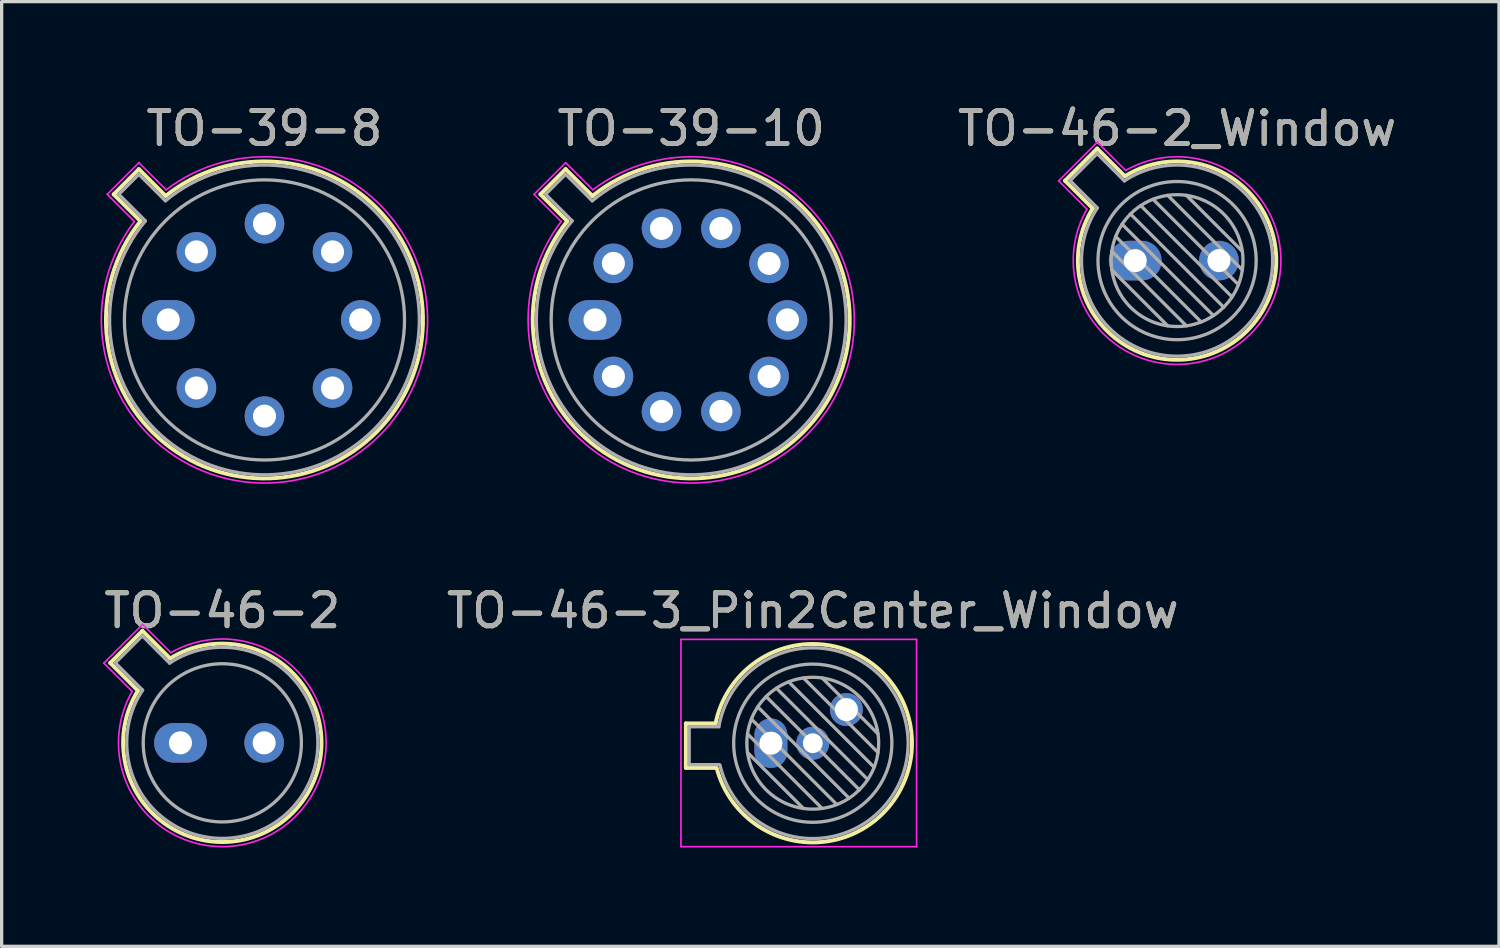
<source format=kicad_pcb>
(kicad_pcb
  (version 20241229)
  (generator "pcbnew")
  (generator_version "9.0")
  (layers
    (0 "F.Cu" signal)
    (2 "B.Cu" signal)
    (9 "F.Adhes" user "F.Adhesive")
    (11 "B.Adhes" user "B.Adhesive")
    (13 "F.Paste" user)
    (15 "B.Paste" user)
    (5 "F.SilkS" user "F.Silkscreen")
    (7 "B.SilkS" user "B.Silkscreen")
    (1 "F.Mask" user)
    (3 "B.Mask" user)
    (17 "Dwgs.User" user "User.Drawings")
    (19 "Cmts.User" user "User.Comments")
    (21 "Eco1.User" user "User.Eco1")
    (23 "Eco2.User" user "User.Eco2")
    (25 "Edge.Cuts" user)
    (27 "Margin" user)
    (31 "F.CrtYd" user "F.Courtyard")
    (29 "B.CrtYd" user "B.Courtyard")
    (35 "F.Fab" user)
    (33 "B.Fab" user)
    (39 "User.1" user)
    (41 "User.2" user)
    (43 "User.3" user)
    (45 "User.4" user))
  (footprint "TO-39-8"
    (layer "F.Cu")
    (at 2.055 6.658)
    (property "Reference" "TO-39-8" (at 2.92 -5.81 0) (layer "F.SilkS") (effects (font (size 1 1) (thickness 0.15))))
    (attr through_hole)
    (fp_line (start -1.655 -3.811) (end -0.842 -2.998) (stroke (width 0.12) (type solid)) (layer "F.SilkS"))
    (fp_line (start -0.891 -4.575) (end -1.655 -3.811) (stroke (width 0.12) (type solid)) (layer "F.SilkS"))
    (fp_line (start -0.078 -3.762) (end -0.891 -4.575) (stroke (width 0.12) (type solid)) (layer "F.SilkS"))
    (fp_arc (start -0.077844 -3.76152) (mid 6.321184 3.401184) (end -0.84152 -2.997844) (stroke (width 0.12) (type solid)) (layer "F.SilkS"))
    (fp_line (start -1.851 -3.81) (end -1.028 -2.986) (stroke (width 0.05) (type solid)) (layer "F.CrtYd"))
    (fp_line (start -0.89 -4.771) (end -1.851 -3.81) (stroke (width 0.05) (type solid)) (layer "F.CrtYd"))
    (fp_line (start -0.066 -3.948) (end -0.89 -4.771) (stroke (width 0.05) (type solid)) (layer "F.CrtYd"))
    (fp_arc (start -0.066162 -3.947827) (mid 6.420179 3.500179) (end -1.027827 -2.986162) (stroke (width 0.05) (type solid)) (layer "F.CrtYd"))
    (fp_line (start -1.5 -3.812) (end -0.694 -3.005) (stroke (width 0.1) (type solid)) (layer "F.Fab"))
    (fp_line (start -0.892 -4.42) (end -1.5 -3.812) (stroke (width 0.1) (type solid)) (layer "F.Fab"))
    (fp_line (start -0.085 -3.614) (end -0.892 -4.42) (stroke (width 0.1) (type solid)) (layer "F.Fab"))
    (fp_arc (start -0.085408 -3.61352) (mid 6.243402 3.323402) (end -0.69352 -3.005408) (stroke (width 0.1) (type solid)) (layer "F.Fab"))
    (fp_circle (center 2.92 0) (end 7.17 0) (stroke (width 0.1) (type solid)) (fill no) (layer "F.Fab"))
    (fp_text user "${REFERENCE}" (at 2.92 -5.81 0) (layer "F.Fab") (effects (font (size 1 1) (thickness 0.15))))
    (pad "1" thru_hole oval (at 0 0) (size 1.6 1.2) (drill 0.7) (layers "*.Cu" "*.Mask"))
    (pad "2" thru_hole circle (at 0.855 2.065) (size 1.2 1.2) (drill 0.7) (layers "*.Cu" "*.Mask"))
    (pad "3" thru_hole circle (at 2.92 2.92) (size 1.2 1.2) (drill 0.7) (layers "*.Cu" "*.Mask"))
    (pad "4" thru_hole circle (at 4.985 2.065) (size 1.2 1.2) (drill 0.7) (layers "*.Cu" "*.Mask"))
    (pad "5" thru_hole circle (at 5.84 0) (size 1.2 1.2) (drill 0.7) (layers "*.Cu" "*.Mask"))
    (pad "6" thru_hole circle (at 4.985 -2.065) (size 1.2 1.2) (drill 0.7) (layers "*.Cu" "*.Mask"))
    (pad "7" thru_hole circle (at 2.92 -2.92) (size 1.2 1.2) (drill 0.7) (layers "*.Cu" "*.Mask"))
    (pad "8" thru_hole circle (at 0.855 -2.065) (size 1.2 1.2) (drill 0.7) (layers "*.Cu" "*.Mask")))
  (footprint "TO-46-2"
    (layer "F.Cu")
    (at 2.426 19.491)
    (property "Reference" "TO-46-2" (at 1.27 -4.01 0) (layer "F.SilkS") (effects (font (size 1 1) (thickness 0.15))))
    (attr through_hole)
    (fp_line (start -2.13 -2.424) (end -1.29 -1.584) (stroke (width 0.12) (type solid)) (layer "F.SilkS"))
    (fp_line (start -1.154 -3.4) (end -2.13 -2.424) (stroke (width 0.12) (type solid)) (layer "F.SilkS"))
    (fp_line (start -0.314 -2.56) (end -1.154 -3.4) (stroke (width 0.12) (type solid)) (layer "F.SilkS"))
    (fp_arc (start -0.313811 -2.559618) (mid 3.398391 2.128391) (end -1.289618 -1.583811) (stroke (width 0.12) (type solid)) (layer "F.SilkS"))
    (fp_line (start -2.324 -2.42) (end -1.466 -1.562) (stroke (width 0.05) (type solid)) (layer "F.CrtYd"))
    (fp_line (start -1.15 -3.594) (end -2.324 -2.42) (stroke (width 0.05) (type solid)) (layer "F.CrtYd"))
    (fp_line (start -0.292 -2.736) (end -1.15 -3.594) (stroke (width 0.05) (type solid)) (layer "F.CrtYd"))
    (fp_arc (start -0.291775 -2.735573) (mid 3.497386 2.227386) (end -1.465573 -1.561775) (stroke (width 0.05) (type solid)) (layer "F.CrtYd"))
    (fp_line (start -1.977 -2.426) (end -1.149 -1.599) (stroke (width 0.1) (type solid)) (layer "F.Fab"))
    (fp_line (start -1.156 -3.247) (end -1.977 -2.426) (stroke (width 0.1) (type solid)) (layer "F.Fab"))
    (fp_line (start -0.329 -2.419) (end -1.156 -3.247) (stroke (width 0.1) (type solid)) (layer "F.Fab"))
    (fp_arc (start -0.329057 -2.419301) (mid 3.32061 2.05061) (end -1.149301 -1.599057) (stroke (width 0.1) (type solid)) (layer "F.Fab"))
    (fp_circle (center 1.27 0) (end 3.67 0) (stroke (width 0.1) (type solid)) (fill no) (layer "F.Fab"))
    (fp_text user "${REFERENCE}" (at 1.27 -4.01 0) (layer "F.Fab") (effects (font (size 1 1) (thickness 0.15))))
    (pad "1" thru_hole oval (at 0 0) (size 1.6 1.2) (drill 0.7) (layers "*.Cu" "*.Mask"))
    (pad "2" thru_hole circle (at 2.54 0) (size 1.2 1.2) (drill 0.7) (layers "*.Cu" "*.Mask")))
  (footprint "TO-39-10"
    (layer "F.Cu")
    (at 15.005 6.658)
    (property "Reference" "TO-39-10" (at 2.92 -5.81 0) (layer "F.SilkS") (effects (font (size 1 1) (thickness 0.15))))
    (attr through_hole)
    (fp_line (start -1.655 -3.811) (end -0.842 -2.998) (stroke (width 0.12) (type solid)) (layer "F.SilkS"))
    (fp_line (start -0.891 -4.575) (end -1.655 -3.811) (stroke (width 0.12) (type solid)) (layer "F.SilkS"))
    (fp_line (start -0.078 -3.762) (end -0.891 -4.575) (stroke (width 0.12) (type solid)) (layer "F.SilkS"))
    (fp_arc (start -0.077844 -3.76152) (mid 6.321184 3.401184) (end -0.84152 -2.997844) (stroke (width 0.12) (type solid)) (layer "F.SilkS"))
    (fp_line (start -1.851 -3.81) (end -1.028 -2.986) (stroke (width 0.05) (type solid)) (layer "F.CrtYd"))
    (fp_line (start -0.89 -4.771) (end -1.851 -3.81) (stroke (width 0.05) (type solid)) (layer "F.CrtYd"))
    (fp_line (start -0.066 -3.948) (end -0.89 -4.771) (stroke (width 0.05) (type solid)) (layer "F.CrtYd"))
    (fp_arc (start -0.066162 -3.947827) (mid 6.420179 3.500179) (end -1.027827 -2.986162) (stroke (width 0.05) (type solid)) (layer "F.CrtYd"))
    (fp_line (start -1.5 -3.812) (end -0.694 -3.005) (stroke (width 0.1) (type solid)) (layer "F.Fab"))
    (fp_line (start -0.892 -4.42) (end -1.5 -3.812) (stroke (width 0.1) (type solid)) (layer "F.Fab"))
    (fp_line (start -0.085 -3.614) (end -0.892 -4.42) (stroke (width 0.1) (type solid)) (layer "F.Fab"))
    (fp_arc (start -0.085408 -3.61352) (mid 6.243402 3.323402) (end -0.69352 -3.005408) (stroke (width 0.1) (type solid)) (layer "F.Fab"))
    (fp_circle (center 2.92 0) (end 7.17 0) (stroke (width 0.1) (type solid)) (fill no) (layer "F.Fab"))
    (fp_text user "${REFERENCE}" (at 2.92 -5.81 0) (layer "F.Fab") (effects (font (size 1 1) (thickness 0.15))))
    (pad "1" thru_hole oval (at 0 0) (size 1.6 1.2) (drill 0.7) (layers "*.Cu" "*.Mask"))
    (pad "2" thru_hole circle (at 0.558 1.716) (size 1.2 1.2) (drill 0.7) (layers "*.Cu" "*.Mask"))
    (pad "3" thru_hole circle (at 2.018 2.777) (size 1.2 1.2) (drill 0.7) (layers "*.Cu" "*.Mask"))
    (pad "4" thru_hole circle (at 3.822 2.777) (size 1.2 1.2) (drill 0.7) (layers "*.Cu" "*.Mask"))
    (pad "5" thru_hole circle (at 5.282 1.716) (size 1.2 1.2) (drill 0.7) (layers "*.Cu" "*.Mask"))
    (pad "6" thru_hole circle (at 5.84 0) (size 1.2 1.2) (drill 0.7) (layers "*.Cu" "*.Mask"))
    (pad "7" thru_hole circle (at 5.282 -1.716) (size 1.2 1.2) (drill 0.7) (layers "*.Cu" "*.Mask"))
    (pad "8" thru_hole circle (at 3.822 -2.777) (size 1.2 1.2) (drill 0.7) (layers "*.Cu" "*.Mask"))
    (pad "9" thru_hole circle (at 2.018 -2.777) (size 1.2 1.2) (drill 0.7) (layers "*.Cu" "*.Mask"))
    (pad "10" thru_hole circle (at 0.558 -1.716) (size 1.2 1.2) (drill 0.7) (layers "*.Cu" "*.Mask")))
  (footprint "TO-46-3_Pin2Center_Window"
    (layer "F.Cu")
    (at 20.343 19.502)
    (property "Reference" "TO-46-3_Pin2Center_Window" (at 1.27 -4.02 0) (layer "F.SilkS") (effects (font (size 1 1) (thickness 0.15))))
    (attr through_hole)
    (fp_line (start -2.58 -0.6) (end -2.58 0.75) (stroke (width 0.12) (type solid)) (layer "F.SilkS"))
    (fp_line (start -2.58 0.75) (end -1.68 0.75) (stroke (width 0.12) (type solid)) (layer "F.SilkS"))
    (fp_line (start -1.68 -0.6) (end -2.58 -0.6) (stroke (width 0.12) (type solid)) (layer "F.SilkS"))
    (fp_arc (start -1.68 -0.6) (mid 4.279362 -0.078983) (end -1.644465 0.753918) (stroke (width 0.12) (type solid)) (layer "F.SilkS"))
    (fp_line (start -2.73 -3.15) (end -2.73 3.14) (stroke (width 0.05) (type solid)) (layer "F.CrtYd"))
    (fp_line (start -2.73 -3.15) (end 4.42 -3.15) (stroke (width 0.05) (type solid)) (layer "F.CrtYd"))
    (fp_line (start 4.42 3.14) (end -2.73 3.14) (stroke (width 0.05) (type solid)) (layer "F.CrtYd"))
    (fp_line (start 4.42 3.14) (end 4.42 -3.15) (stroke (width 0.05) (type solid)) (layer "F.CrtYd"))
    (fp_line (start -2.48 -0.5) (end -2.48 0.65) (stroke (width 0.1) (type solid)) (layer "F.Fab"))
    (fp_line (start -2.48 0.65) (end -1.58 0.65) (stroke (width 0.1) (type solid)) (layer "F.Fab"))
    (fp_line (start -1.58 -0.5) (end -2.48 -0.5) (stroke (width 0.1) (type solid)) (layer "F.Fab"))
    (fp_line (start -0.71 -0.283) (end 1.553 1.98) (stroke (width 0.1) (type solid)) (layer "F.Fab"))
    (fp_line (start -0.71 0.283) (end 0.987 1.98) (stroke (width 0.1) (type solid)) (layer "F.Fab"))
    (fp_line (start -0.592 -0.731) (end 2.001 1.862) (stroke (width 0.1) (type solid)) (layer "F.Fab"))
    (fp_line (start -0.399 -1.103) (end 2.373 1.669) (stroke (width 0.1) (type solid)) (layer "F.Fab"))
    (fp_line (start -0.145 -1.415) (end 2.685 1.415) (stroke (width 0.1) (type solid)) (layer "F.Fab"))
    (fp_line (start 0.167 -1.669) (end 2.939 1.103) (stroke (width 0.1) (type solid)) (layer "F.Fab"))
    (fp_line (start 0.539 -1.862) (end 3.132 0.731) (stroke (width 0.1) (type solid)) (layer "F.Fab"))
    (fp_line (start 0.987 -1.98) (end 3.25 0.283) (stroke (width 0.1) (type solid)) (layer "F.Fab"))
    (fp_line (start 1.553 -1.98) (end 3.25 -0.283) (stroke (width 0.1) (type solid)) (layer "F.Fab"))
    (fp_arc (start -1.58 -0.5) (mid 4.1624 -0.08076) (end -1.54766 0.65825) (stroke (width 0.1) (type solid)) (layer "F.Fab"))
    (fp_circle (center 1.27 0) (end 3.27 0) (stroke (width 0.1) (type solid)) (fill no) (layer "F.Fab"))
    (fp_circle (center 1.27 0) (end 3.67 0) (stroke (width 0.1) (type solid)) (fill no) (layer "F.Fab"))
    (fp_text user "${REFERENCE}" (at 1.27 -4.02 0) (layer "F.Fab") (effects (font (size 1 1) (thickness 0.15))))
    (pad "1" thru_hole oval (at 0 0 90) (size 1.5 1) (drill 0.7) (layers "*.Cu" "*.Mask"))
    (pad "2" thru_hole oval (at 1.27 0) (size 1 1) (drill 0.6) (layers "*.Cu" "*.Mask"))
    (pad "3" thru_hole oval (at 2.29 -1.02 90) (size 1 1) (drill 0.7) (layers "*.Cu" "*.Mask")))
  (footprint "TO-46-2_Window"
    (layer "F.Cu")
    (at 31.398 4.858)
    (property "Reference" "TO-46-2_Window" (at 1.27 -4.01 0) (layer "F.SilkS") (effects (font (size 1 1) (thickness 0.15))))
    (attr through_hole)
    (fp_line (start -2.13 -2.424) (end -1.29 -1.584) (stroke (width 0.12) (type solid)) (layer "F.SilkS"))
    (fp_line (start -1.154 -3.4) (end -2.13 -2.424) (stroke (width 0.12) (type solid)) (layer "F.SilkS"))
    (fp_line (start -0.314 -2.56) (end -1.154 -3.4) (stroke (width 0.12) (type solid)) (layer "F.SilkS"))
    (fp_arc (start -0.313811 -2.559618) (mid 3.398391 2.128391) (end -1.289618 -1.583811) (stroke (width 0.12) (type solid)) (layer "F.SilkS"))
    (fp_line (start -2.324 -2.42) (end -1.466 -1.562) (stroke (width 0.05) (type solid)) (layer "F.CrtYd"))
    (fp_line (start -1.15 -3.594) (end -2.324 -2.42) (stroke (width 0.05) (type solid)) (layer "F.CrtYd"))
    (fp_line (start -0.292 -2.736) (end -1.15 -3.594) (stroke (width 0.05) (type solid)) (layer "F.CrtYd"))
    (fp_arc (start -0.291775 -2.735573) (mid 3.497386 2.227386) (end -1.465573 -1.561775) (stroke (width 0.05) (type solid)) (layer "F.CrtYd"))
    (fp_line (start -1.977 -2.426) (end -1.149 -1.599) (stroke (width 0.1) (type solid)) (layer "F.Fab"))
    (fp_line (start -1.156 -3.247) (end -1.977 -2.426) (stroke (width 0.1) (type solid)) (layer "F.Fab"))
    (fp_line (start -0.71 -0.283) (end 1.553 1.98) (stroke (width 0.1) (type solid)) (layer "F.Fab"))
    (fp_line (start -0.71 0.283) (end 0.987 1.98) (stroke (width 0.1) (type solid)) (layer "F.Fab"))
    (fp_line (start -0.592 -0.731) (end 2.001 1.862) (stroke (width 0.1) (type solid)) (layer "F.Fab"))
    (fp_line (start -0.399 -1.103) (end 2.373 1.669) (stroke (width 0.1) (type solid)) (layer "F.Fab"))
    (fp_line (start -0.329 -2.419) (end -1.156 -3.247) (stroke (width 0.1) (type solid)) (layer "F.Fab"))
    (fp_line (start -0.145 -1.415) (end 2.685 1.415) (stroke (width 0.1) (type solid)) (layer "F.Fab"))
    (fp_line (start 0.167 -1.669) (end 2.939 1.103) (stroke (width 0.1) (type solid)) (layer "F.Fab"))
    (fp_line (start 0.539 -1.862) (end 3.132 0.731) (stroke (width 0.1) (type solid)) (layer "F.Fab"))
    (fp_line (start 0.987 -1.98) (end 3.25 0.283) (stroke (width 0.1) (type solid)) (layer "F.Fab"))
    (fp_line (start 1.553 -1.98) (end 3.25 -0.283) (stroke (width 0.1) (type solid)) (layer "F.Fab"))
    (fp_arc (start -0.329057 -2.419301) (mid 3.32061 2.05061) (end -1.149301 -1.599057) (stroke (width 0.1) (type solid)) (layer "F.Fab"))
    (fp_circle (center 1.27 0) (end 3.27 0) (stroke (width 0.1) (type solid)) (fill no) (layer "F.Fab"))
    (fp_circle (center 1.27 0) (end 3.67 0) (stroke (width 0.1) (type solid)) (fill no) (layer "F.Fab"))
    (fp_text user "${REFERENCE}" (at 1.27 -4.01 0) (layer "F.Fab") (effects (font (size 1 1) (thickness 0.15))))
    (pad "1" thru_hole oval (at 0 0) (size 1.6 1.2) (drill 0.7) (layers "*.Cu" "*.Mask"))
    (pad "2" thru_hole circle (at 2.54 0) (size 1.2 1.2) (drill 0.7) (layers "*.Cu" "*.Mask")))
  (gr_rect
    (start -3 -3)
    (end 42.436 25.666)
    (stroke (width 0.1) (type default))
    (fill no)
    (layer "Edge.Cuts")))
</source>
